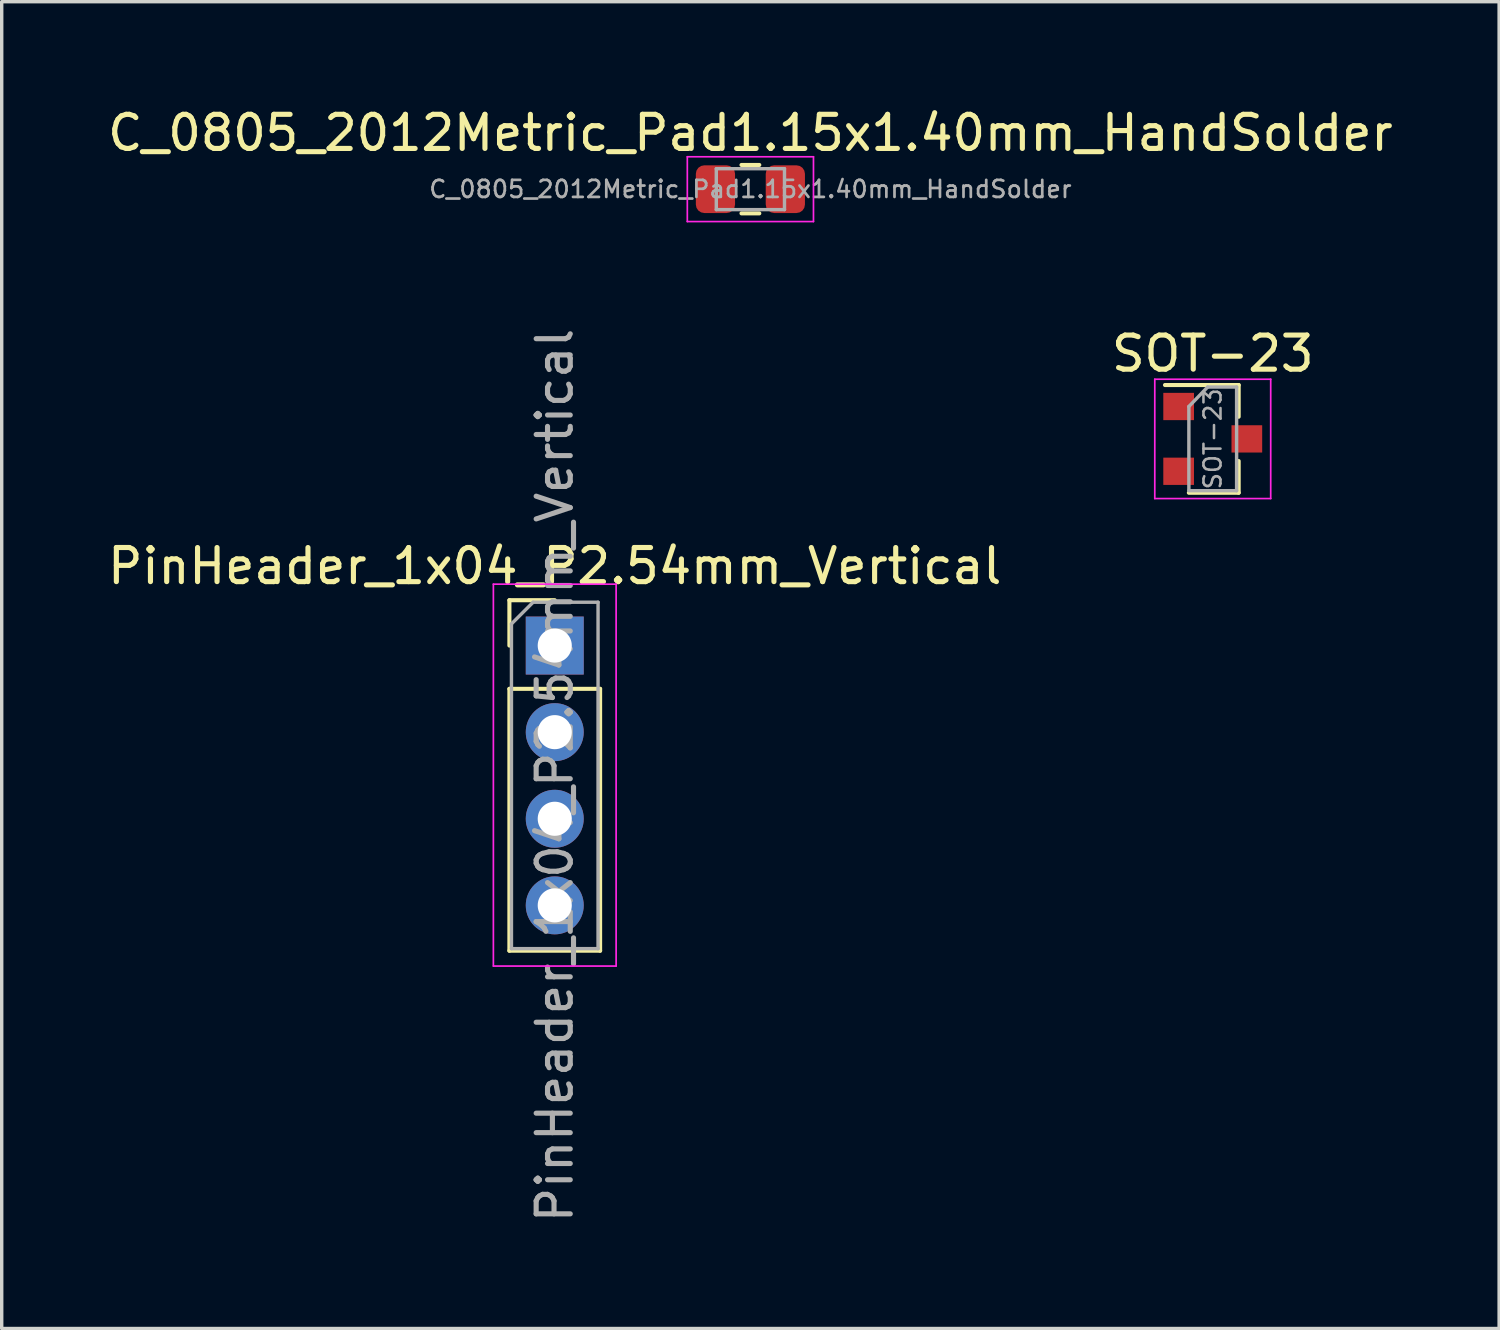
<source format=kicad_pcb>
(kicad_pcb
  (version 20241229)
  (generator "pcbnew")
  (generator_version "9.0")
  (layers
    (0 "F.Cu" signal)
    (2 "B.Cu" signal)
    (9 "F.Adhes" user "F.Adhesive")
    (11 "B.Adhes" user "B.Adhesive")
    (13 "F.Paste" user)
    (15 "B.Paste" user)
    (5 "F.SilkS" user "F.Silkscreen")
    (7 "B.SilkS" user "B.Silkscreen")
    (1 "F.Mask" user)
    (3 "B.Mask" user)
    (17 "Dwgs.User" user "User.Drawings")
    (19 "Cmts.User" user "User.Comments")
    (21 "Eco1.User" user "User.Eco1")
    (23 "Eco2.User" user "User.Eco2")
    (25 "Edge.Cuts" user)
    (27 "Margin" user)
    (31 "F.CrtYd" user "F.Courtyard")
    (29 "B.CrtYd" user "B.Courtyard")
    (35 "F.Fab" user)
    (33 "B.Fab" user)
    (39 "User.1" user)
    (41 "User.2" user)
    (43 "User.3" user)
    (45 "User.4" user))
  (footprint "SOT-23"
    (layer "F.Cu")
    (at 32.518 9.822)
    (property "Reference" "SOT-23" (at 0 -2.5 0) (layer "F.SilkS") (effects (font (size 1 1) (thickness 0.15))))
    (attr smd)
    (fp_line (start 0.76 -1.58) (end -1.4 -1.58) (stroke (width 0.12) (type solid)) (layer "F.SilkS"))
    (fp_line (start 0.76 -1.58) (end 0.76 -0.65) (stroke (width 0.12) (type solid)) (layer "F.SilkS"))
    (fp_line (start 0.76 1.58) (end -0.7 1.58) (stroke (width 0.12) (type solid)) (layer "F.SilkS"))
    (fp_line (start 0.76 1.58) (end 0.76 0.65) (stroke (width 0.12) (type solid)) (layer "F.SilkS"))
    (fp_line (start -1.7 -1.75) (end 1.7 -1.75) (stroke (width 0.05) (type solid)) (layer "F.CrtYd"))
    (fp_line (start -1.7 1.75) (end -1.7 -1.75) (stroke (width 0.05) (type solid)) (layer "F.CrtYd"))
    (fp_line (start 1.7 -1.75) (end 1.7 1.75) (stroke (width 0.05) (type solid)) (layer "F.CrtYd"))
    (fp_line (start 1.7 1.75) (end -1.7 1.75) (stroke (width 0.05) (type solid)) (layer "F.CrtYd"))
    (fp_line (start -0.7 -0.95) (end -0.7 1.5) (stroke (width 0.1) (type solid)) (layer "F.Fab"))
    (fp_line (start -0.7 -0.95) (end -0.15 -1.52) (stroke (width 0.1) (type solid)) (layer "F.Fab"))
    (fp_line (start -0.7 1.52) (end 0.7 1.52) (stroke (width 0.1) (type solid)) (layer "F.Fab"))
    (fp_line (start -0.15 -1.52) (end 0.7 -1.52) (stroke (width 0.1) (type solid)) (layer "F.Fab"))
    (fp_line (start 0.7 -1.52) (end 0.7 1.52) (stroke (width 0.1) (type solid)) (layer "F.Fab"))
    (fp_text user "${REFERENCE}" (at 0 0 90) (layer "F.Fab") (effects (font (size 0.5 0.5) (thickness 0.075))))
    (pad "1" smd rect (at -1 -0.95) (size 0.9 0.8) (layers "F.Cu" "F.Mask" "F.Paste"))
    (pad "2" smd rect (at -1 0.95) (size 0.9 0.8) (layers "F.Cu" "F.Mask" "F.Paste"))
    (pad "3" smd rect (at 1 0) (size 0.9 0.8) (layers "F.Cu" "F.Mask" "F.Paste")))
  (footprint "C_0805_2012Metric_Pad1.15x1.40mm_HandSolder"
    (layer "F.Cu")
    (at 18.958 2.498)
    (property "Reference" "C_0805_2012Metric_Pad1.15x1.40mm_HandSolder" (at 0 -1.65 0) (layer "F.SilkS") (effects (font (size 1 1) (thickness 0.15))))
    (attr smd)
    (fp_line (start -0.261 -0.71) (end 0.261 -0.71) (stroke (width 0.12) (type solid)) (layer "F.SilkS"))
    (fp_line (start -0.261 0.71) (end 0.261 0.71) (stroke (width 0.12) (type solid)) (layer "F.SilkS"))
    (fp_line (start -1.85 -0.95) (end 1.85 -0.95) (stroke (width 0.05) (type solid)) (layer "F.CrtYd"))
    (fp_line (start -1.85 0.95) (end -1.85 -0.95) (stroke (width 0.05) (type solid)) (layer "F.CrtYd"))
    (fp_line (start 1.85 -0.95) (end 1.85 0.95) (stroke (width 0.05) (type solid)) (layer "F.CrtYd"))
    (fp_line (start 1.85 0.95) (end -1.85 0.95) (stroke (width 0.05) (type solid)) (layer "F.CrtYd"))
    (fp_line (start -1 -0.6) (end 1 -0.6) (stroke (width 0.1) (type solid)) (layer "F.Fab"))
    (fp_line (start -1 0.6) (end -1 -0.6) (stroke (width 0.1) (type solid)) (layer "F.Fab"))
    (fp_line (start 1 -0.6) (end 1 0.6) (stroke (width 0.1) (type solid)) (layer "F.Fab"))
    (fp_line (start 1 0.6) (end -1 0.6) (stroke (width 0.1) (type solid)) (layer "F.Fab"))
    (fp_text user "${REFERENCE}" (at 0 0 0) (layer "F.Fab") (effects (font (size 0.5 0.5) (thickness 0.08))))
    (pad "1" smd roundrect (at -1.025 0) (size 1.15 1.4) (layers "F.Cu" "F.Mask" "F.Paste") (roundrect_rratio 0.217))
    (pad "2" smd roundrect (at 1.025 0) (size 1.15 1.4) (layers "F.Cu" "F.Mask" "F.Paste") (roundrect_rratio 0.217)))
  (footprint "PinHeader_1x04_P2.54mm_Vertical"
    (layer "F.Cu")
    (at 13.22 15.883)
    (property "Reference" "PinHeader_1x04_P2.54mm_Vertical" (at 0 -2.33 0) (layer "F.SilkS") (effects (font (size 1 1) (thickness 0.15))))
    (attr through_hole)
    (fp_line (start -1.33 -1.33) (end 0 -1.33) (stroke (width 0.12) (type solid)) (layer "F.SilkS"))
    (fp_line (start -1.33 0) (end -1.33 -1.33) (stroke (width 0.12) (type solid)) (layer "F.SilkS"))
    (fp_line (start -1.33 1.27) (end -1.33 8.95) (stroke (width 0.12) (type solid)) (layer "F.SilkS"))
    (fp_line (start -1.33 1.27) (end 1.33 1.27) (stroke (width 0.12) (type solid)) (layer "F.SilkS"))
    (fp_line (start -1.33 8.95) (end 1.33 8.95) (stroke (width 0.12) (type solid)) (layer "F.SilkS"))
    (fp_line (start 1.33 1.27) (end 1.33 8.95) (stroke (width 0.12) (type solid)) (layer "F.SilkS"))
    (fp_line (start -1.8 -1.8) (end -1.8 9.4) (stroke (width 0.05) (type solid)) (layer "F.CrtYd"))
    (fp_line (start -1.8 9.4) (end 1.8 9.4) (stroke (width 0.05) (type solid)) (layer "F.CrtYd"))
    (fp_line (start 1.8 -1.8) (end -1.8 -1.8) (stroke (width 0.05) (type solid)) (layer "F.CrtYd"))
    (fp_line (start 1.8 9.4) (end 1.8 -1.8) (stroke (width 0.05) (type solid)) (layer "F.CrtYd"))
    (fp_line (start -1.27 -0.635) (end -0.635 -1.27) (stroke (width 0.1) (type solid)) (layer "F.Fab"))
    (fp_line (start -1.27 8.89) (end -1.27 -0.635) (stroke (width 0.1) (type solid)) (layer "F.Fab"))
    (fp_line (start -0.635 -1.27) (end 1.27 -1.27) (stroke (width 0.1) (type solid)) (layer "F.Fab"))
    (fp_line (start 1.27 -1.27) (end 1.27 8.89) (stroke (width 0.1) (type solid)) (layer "F.Fab"))
    (fp_line (start 1.27 8.89) (end -1.27 8.89) (stroke (width 0.1) (type solid)) (layer "F.Fab"))
    (fp_text user "${REFERENCE}" (at 0 3.81 90) (layer "F.Fab") (effects (font (size 1 1) (thickness 0.15))))
    (pad "1" thru_hole rect (at 0 0) (size 1.7 1.7) (drill 1) (layers "*.Cu" "*.Mask"))
    (pad "2" thru_hole oval (at 0 2.54) (size 1.7 1.7) (drill 1) (layers "*.Cu" "*.Mask"))
    (pad "3" thru_hole oval (at 0 5.08) (size 1.7 1.7) (drill 1) (layers "*.Cu" "*.Mask"))
    (pad "4" thru_hole oval (at 0 7.62) (size 1.7 1.7) (drill 1) (layers "*.Cu" "*.Mask")))
  (gr_rect
    (start -3 -3)
    (end 40.917 35.914)
    (stroke (width 0.1) (type default))
    (fill no)
    (layer "Edge.Cuts")))
</source>
